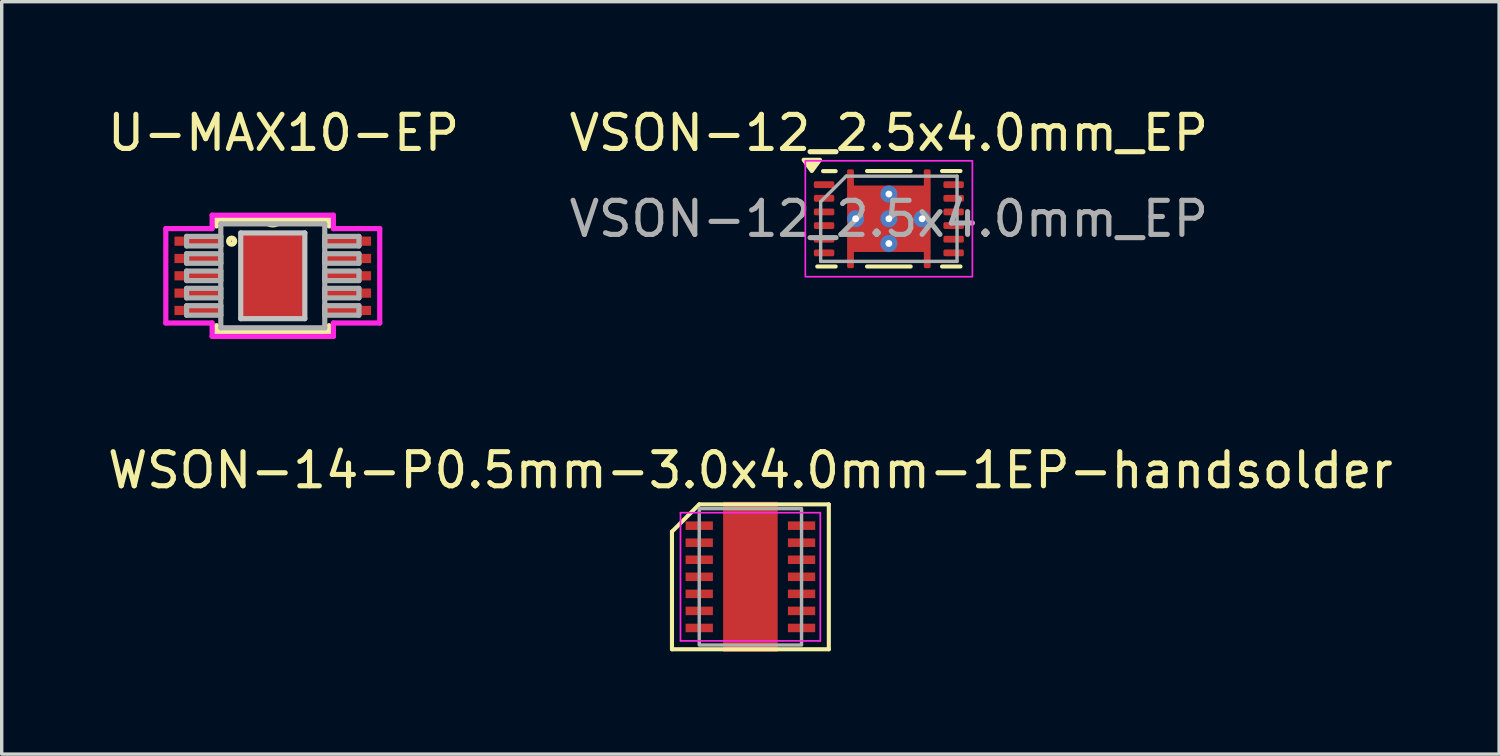
<source format=kicad_pcb>
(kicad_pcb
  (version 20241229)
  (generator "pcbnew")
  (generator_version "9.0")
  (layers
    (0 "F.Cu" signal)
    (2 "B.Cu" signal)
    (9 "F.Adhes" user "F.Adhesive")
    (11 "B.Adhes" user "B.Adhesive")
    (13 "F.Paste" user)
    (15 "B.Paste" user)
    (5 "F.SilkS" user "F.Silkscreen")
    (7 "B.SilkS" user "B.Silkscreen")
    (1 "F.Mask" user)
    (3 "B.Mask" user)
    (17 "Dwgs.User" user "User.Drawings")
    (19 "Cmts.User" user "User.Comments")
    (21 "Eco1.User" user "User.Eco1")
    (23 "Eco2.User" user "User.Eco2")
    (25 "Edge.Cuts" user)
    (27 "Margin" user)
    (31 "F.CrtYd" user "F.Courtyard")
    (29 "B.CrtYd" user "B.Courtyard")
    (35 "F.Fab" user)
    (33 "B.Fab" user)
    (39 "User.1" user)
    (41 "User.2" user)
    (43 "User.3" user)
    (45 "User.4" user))
  (footprint "U-MAX10-EP"
    (layer "F.Cu")
    (at 4.95 5.039)
    (property "Reference" "U-MAX10-EP" (at 0.318 -4.191 0) (layer "F.SilkS") (effects (font (size 1 1) (thickness 0.15))))
    (attr smd)
    (fp_line (start -1.651 -1.651) (end -1.651 -1.463) (stroke (width 0.152) (type solid)) (layer "F.SilkS"))
    (fp_line (start -1.651 1.463) (end -1.651 1.651) (stroke (width 0.152) (type solid)) (layer "F.SilkS"))
    (fp_line (start -1.651 1.651) (end 1.651 1.651) (stroke (width 0.152) (type solid)) (layer "F.SilkS"))
    (fp_line (start 1.651 -1.651) (end -1.651 -1.651) (stroke (width 0.152) (type solid)) (layer "F.SilkS"))
    (fp_line (start 1.651 -1.463) (end 1.651 -1.651) (stroke (width 0.152) (type solid)) (layer "F.SilkS"))
    (fp_line (start 1.651 1.651) (end 1.651 1.463) (stroke (width 0.152) (type solid)) (layer "F.SilkS"))
    (fp_arc (start 0.254 -1.651) (mid 0 -1.494019) (end -0.254 -1.651) (stroke (width 0.1524) (type solid)) (layer "F.SilkS"))
    (fp_circle (center -1.206 -1.016) (end -1.143 -0.953) (stroke (width 0.152) (type solid)) (fill no) (layer "F.SilkS"))
    (fp_line (start -0.94 -1.257) (end -0.94 1.257) (stroke (width 0.152) (type solid)) (layer "Dwgs.User"))
    (fp_line (start -0.94 1.257) (end 0.94 1.257) (stroke (width 0.152) (type solid)) (layer "Dwgs.User"))
    (fp_line (start 0.94 -1.257) (end -0.94 -1.257) (stroke (width 0.152) (type solid)) (layer "Dwgs.User"))
    (fp_line (start 0.94 1.257) (end 0.94 -1.257) (stroke (width 0.152) (type solid)) (layer "Dwgs.User"))
    (fp_line (start -3.137 -1.384) (end -1.778 -1.384) (stroke (width 0.152) (type solid)) (layer "F.CrtYd"))
    (fp_line (start -3.137 1.384) (end -3.137 -1.384) (stroke (width 0.152) (type solid)) (layer "F.CrtYd"))
    (fp_line (start -1.778 -1.778) (end 1.778 -1.778) (stroke (width 0.152) (type solid)) (layer "F.CrtYd"))
    (fp_line (start -1.778 -1.384) (end -1.778 -1.778) (stroke (width 0.152) (type solid)) (layer "F.CrtYd"))
    (fp_line (start -1.778 1.384) (end -3.137 1.384) (stroke (width 0.152) (type solid)) (layer "F.CrtYd"))
    (fp_line (start -1.778 1.778) (end -1.778 1.384) (stroke (width 0.152) (type solid)) (layer "F.CrtYd"))
    (fp_line (start 1.778 -1.778) (end 1.778 -1.384) (stroke (width 0.152) (type solid)) (layer "F.CrtYd"))
    (fp_line (start 1.778 -1.384) (end 3.137 -1.384) (stroke (width 0.152) (type solid)) (layer "F.CrtYd"))
    (fp_line (start 1.778 1.384) (end 1.778 1.778) (stroke (width 0.152) (type solid)) (layer "F.CrtYd"))
    (fp_line (start 1.778 1.778) (end -1.778 1.778) (stroke (width 0.152) (type solid)) (layer "F.CrtYd"))
    (fp_line (start 3.137 -1.384) (end 3.137 1.384) (stroke (width 0.152) (type solid)) (layer "F.CrtYd"))
    (fp_line (start 3.137 1.384) (end 1.778 1.384) (stroke (width 0.152) (type solid)) (layer "F.CrtYd"))
    (fp_line (start -2.527 -1.156) (end -2.527 -0.876) (stroke (width 0.152) (type solid)) (layer "F.Fab"))
    (fp_line (start -2.527 -0.876) (end -1.524 -0.876) (stroke (width 0.152) (type solid)) (layer "F.Fab"))
    (fp_line (start -2.527 -0.648) (end -2.527 -0.368) (stroke (width 0.152) (type solid)) (layer "F.Fab"))
    (fp_line (start -2.527 -0.368) (end -1.524 -0.368) (stroke (width 0.152) (type solid)) (layer "F.Fab"))
    (fp_line (start -2.527 -0.14) (end -2.527 0.14) (stroke (width 0.152) (type solid)) (layer "F.Fab"))
    (fp_line (start -2.527 0.14) (end -1.524 0.14) (stroke (width 0.152) (type solid)) (layer "F.Fab"))
    (fp_line (start -2.527 0.368) (end -2.527 0.648) (stroke (width 0.152) (type solid)) (layer "F.Fab"))
    (fp_line (start -2.527 0.648) (end -1.524 0.648) (stroke (width 0.152) (type solid)) (layer "F.Fab"))
    (fp_line (start -2.527 0.876) (end -2.527 1.156) (stroke (width 0.152) (type solid)) (layer "F.Fab"))
    (fp_line (start -2.527 1.156) (end -1.524 1.156) (stroke (width 0.152) (type solid)) (layer "F.Fab"))
    (fp_line (start -1.524 -1.524) (end -1.524 1.524) (stroke (width 0.152) (type solid)) (layer "F.Fab"))
    (fp_line (start -1.524 -1.156) (end -2.527 -1.156) (stroke (width 0.152) (type solid)) (layer "F.Fab"))
    (fp_line (start -1.524 -0.876) (end -1.524 -1.156) (stroke (width 0.152) (type solid)) (layer "F.Fab"))
    (fp_line (start -1.524 -0.648) (end -2.527 -0.648) (stroke (width 0.152) (type solid)) (layer "F.Fab"))
    (fp_line (start -1.524 -0.368) (end -1.524 -0.648) (stroke (width 0.152) (type solid)) (layer "F.Fab"))
    (fp_line (start -1.524 -0.14) (end -2.527 -0.14) (stroke (width 0.152) (type solid)) (layer "F.Fab"))
    (fp_line (start -1.524 0.14) (end -1.524 -0.14) (stroke (width 0.152) (type solid)) (layer "F.Fab"))
    (fp_line (start -1.524 0.368) (end -2.527 0.368) (stroke (width 0.152) (type solid)) (layer "F.Fab"))
    (fp_line (start -1.524 0.648) (end -1.524 0.368) (stroke (width 0.152) (type solid)) (layer "F.Fab"))
    (fp_line (start -1.524 0.876) (end -2.527 0.876) (stroke (width 0.152) (type solid)) (layer "F.Fab"))
    (fp_line (start -1.524 1.156) (end -1.524 0.876) (stroke (width 0.152) (type solid)) (layer "F.Fab"))
    (fp_line (start -1.524 1.524) (end 1.524 1.524) (stroke (width 0.152) (type solid)) (layer "F.Fab"))
    (fp_line (start 1.524 -1.524) (end -1.524 -1.524) (stroke (width 0.152) (type solid)) (layer "F.Fab"))
    (fp_line (start 1.524 -1.156) (end 1.524 -0.876) (stroke (width 0.152) (type solid)) (layer "F.Fab"))
    (fp_line (start 1.524 -0.876) (end 2.527 -0.876) (stroke (width 0.152) (type solid)) (layer "F.Fab"))
    (fp_line (start 1.524 -0.648) (end 1.524 -0.368) (stroke (width 0.152) (type solid)) (layer "F.Fab"))
    (fp_line (start 1.524 -0.368) (end 2.527 -0.368) (stroke (width 0.152) (type solid)) (layer "F.Fab"))
    (fp_line (start 1.524 -0.14) (end 1.524 0.14) (stroke (width 0.152) (type solid)) (layer "F.Fab"))
    (fp_line (start 1.524 0.14) (end 2.527 0.14) (stroke (width 0.152) (type solid)) (layer "F.Fab"))
    (fp_line (start 1.524 0.368) (end 1.524 0.648) (stroke (width 0.152) (type solid)) (layer "F.Fab"))
    (fp_line (start 1.524 0.648) (end 2.527 0.648) (stroke (width 0.152) (type solid)) (layer "F.Fab"))
    (fp_line (start 1.524 0.876) (end 1.524 1.156) (stroke (width 0.152) (type solid)) (layer "F.Fab"))
    (fp_line (start 1.524 1.156) (end 2.527 1.156) (stroke (width 0.152) (type solid)) (layer "F.Fab"))
    (fp_line (start 1.524 1.524) (end 1.524 -1.524) (stroke (width 0.152) (type solid)) (layer "F.Fab"))
    (fp_line (start 2.527 -1.156) (end 1.524 -1.156) (stroke (width 0.152) (type solid)) (layer "F.Fab"))
    (fp_line (start 2.527 -0.876) (end 2.527 -1.156) (stroke (width 0.152) (type solid)) (layer "F.Fab"))
    (fp_line (start 2.527 -0.648) (end 1.524 -0.648) (stroke (width 0.152) (type solid)) (layer "F.Fab"))
    (fp_line (start 2.527 -0.368) (end 2.527 -0.648) (stroke (width 0.152) (type solid)) (layer "F.Fab"))
    (fp_line (start 2.527 -0.14) (end 1.524 -0.14) (stroke (width 0.152) (type solid)) (layer "F.Fab"))
    (fp_line (start 2.527 0.14) (end 2.527 -0.14) (stroke (width 0.152) (type solid)) (layer "F.Fab"))
    (fp_line (start 2.527 0.368) (end 1.524 0.368) (stroke (width 0.152) (type solid)) (layer "F.Fab"))
    (fp_line (start 2.527 0.648) (end 2.527 0.368) (stroke (width 0.152) (type solid)) (layer "F.Fab"))
    (fp_line (start 2.527 0.876) (end 1.524 0.876) (stroke (width 0.152) (type solid)) (layer "F.Fab"))
    (fp_line (start 2.527 1.156) (end 2.527 0.876) (stroke (width 0.152) (type solid)) (layer "F.Fab"))
    (pad "1" smd rect (at -2.172 -1.016) (size 1.422 0.27) (layers "F.Cu" "F.Mask" "F.Paste"))
    (pad "2" smd rect (at -2.172 -0.508) (size 1.422 0.27) (layers "F.Cu" "F.Mask" "F.Paste"))
    (pad "3" smd rect (at -2.172 0) (size 1.422 0.27) (layers "F.Cu" "F.Mask" "F.Paste"))
    (pad "4" smd rect (at -2.172 0.508) (size 1.422 0.27) (layers "F.Cu" "F.Mask" "F.Paste"))
    (pad "5" smd rect (at -2.172 1.016) (size 1.422 0.27) (layers "F.Cu" "F.Mask" "F.Paste"))
    (pad "6" smd rect (at 2.172 1.016) (size 1.422 0.27) (layers "F.Cu" "F.Mask" "F.Paste"))
    (pad "7" smd rect (at 2.172 0.508) (size 1.422 0.27) (layers "F.Cu" "F.Mask" "F.Paste"))
    (pad "8" smd rect (at 2.172 0) (size 1.422 0.27) (layers "F.Cu" "F.Mask" "F.Paste"))
    (pad "9" smd rect (at 2.172 -0.508) (size 1.422 0.27) (layers "F.Cu" "F.Mask" "F.Paste"))
    (pad "10" smd rect (at 2.172 -1.016) (size 1.422 0.27) (layers "F.Cu" "F.Mask" "F.Paste"))
    (pad "11" smd rect (at 0 0) (size 1.88 2.47) (layers "F.Cu" "F.Mask" "F.Paste")))
  (footprint "VSON-12_2.5x4.0mm_EP"
    (layer "F.Cu")
    (at 23.019 3.366)
    (property "Reference" "VSON-12_2.5x4.0mm_EP" (at -0.001 -2.517 0) (layer "F.SilkS") (effects (font (size 1 1) (thickness 0.15))))
    (attr smd)
    (fp_line (start -1.56 -1.397) (end -1.93 -1.397) (stroke (width 0.12) (type solid)) (layer "F.SilkS"))
    (fp_line (start -1.56 1.4) (end -2.1 1.4) (stroke (width 0.12) (type solid)) (layer "F.SilkS"))
    (fp_line (start 0.64 -1.4) (end -0.64 -1.4) (stroke (width 0.12) (type solid)) (layer "F.SilkS"))
    (fp_line (start 0.64 1.4) (end -0.64 1.4) (stroke (width 0.12) (type solid)) (layer "F.SilkS"))
    (fp_line (start 1.56 -1.4) (end 2.1 -1.4) (stroke (width 0.12) (type solid)) (layer "F.SilkS"))
    (fp_line (start 1.56 1.4) (end 2.1 1.4) (stroke (width 0.12) (type solid)) (layer "F.SilkS"))
    (fp_poly (pts (xy -2.26 -1.4) (xy -2.5 -1.73) (xy -2.02 -1.73) (xy -2.26 -1.4)) (stroke (width 0.12) (type solid)) (fill yes) (layer "F.SilkS"))
    (fp_rect (start -2.45 -1.7) (end 2.45 1.7) (stroke (width 0.05) (type default)) (fill no) (layer "F.CrtYd"))
    (fp_line (start -2 -0.5) (end -2 1.25) (stroke (width 0.1) (type solid)) (layer "F.Fab"))
    (fp_line (start -2 -0.5) (end -1.25 -1.25) (stroke (width 0.1) (type solid)) (layer "F.Fab"))
    (fp_line (start -2 1.25) (end 2 1.25) (stroke (width 0.1) (type solid)) (layer "F.Fab"))
    (fp_line (start -1.25 -1.25) (end 2 -1.25) (stroke (width 0.1) (type solid)) (layer "F.Fab"))
    (fp_line (start 2 1.25) (end 2 -1.25) (stroke (width 0.1) (type solid)) (layer "F.Fab"))
    (fp_text user "${REFERENCE}" (at -0.001 0.003 0) (layer "F.Fab") (effects (font (size 1 1) (thickness 0.15))))
    (pad "" smd roundrect (at -1.125 -1.262) (size 0.2 0.375) (layers "F.Paste") (roundrect_rratio 0.25))
    (pad "" smd roundrect (at -1.125 1.262) (size 0.2 0.375) (layers "F.Paste") (roundrect_rratio 0.25))
    (pad "" smd roundrect (at -0.64 0) (size 1.08 1.75) (layers "F.Paste") (roundrect_rratio 0.25))
    (pad "" smd roundrect (at 0.64 0) (size 1.08 1.75) (layers "F.Paste") (roundrect_rratio 0.25))
    (pad "" smd roundrect (at 1.125 -1.262) (size 0.2 0.375) (layers "F.Paste") (roundrect_rratio 0.25))
    (pad "" smd roundrect (at 1.125 1.262) (size 0.2 0.375) (layers "F.Paste") (roundrect_rratio 0.25))
    (pad "1" smd roundrect (at -1.9 -1) (size 0.6 0.2) (layers "F.Cu" "F.Mask" "F.Paste") (roundrect_rratio 0.25) (chamfer_ratio 0.2) (chamfer))
    (pad "2" smd roundrect (at -1.9 -0.6) (size 0.6 0.2) (layers "F.Cu" "F.Mask" "F.Paste") (roundrect_rratio 0.25) (chamfer_ratio 0.2) (chamfer))
    (pad "3" smd roundrect (at -1.9 -0.2) (size 0.6 0.2) (layers "F.Cu" "F.Mask" "F.Paste") (roundrect_rratio 0.25) (chamfer_ratio 0.2) (chamfer))
    (pad "4" smd roundrect (at -1.9 0.2) (size 0.6 0.2) (layers "F.Cu" "F.Mask" "F.Paste") (roundrect_rratio 0.25) (chamfer_ratio 0.2) (chamfer))
    (pad "5" smd roundrect (at -1.9 0.6) (size 0.6 0.2) (layers "F.Cu" "F.Mask" "F.Paste") (roundrect_rratio 0.25) (chamfer_ratio 0.2) (chamfer))
    (pad "6" smd roundrect (at -1.9 1) (size 0.6 0.2) (layers "F.Cu" "F.Mask" "F.Paste") (roundrect_rratio 0.25) (chamfer_ratio 0.2) (chamfer))
    (pad "7" smd roundrect (at 1.9 1) (size 0.6 0.2) (layers "F.Cu" "F.Mask" "F.Paste") (roundrect_rratio 0.25) (chamfer_ratio 0.2) (chamfer))
    (pad "8" smd roundrect (at 1.9 0.6) (size 0.6 0.2) (layers "F.Cu" "F.Mask" "F.Paste") (roundrect_rratio 0.25) (chamfer_ratio 0.2) (chamfer))
    (pad "9" smd roundrect (at 1.9 0.2) (size 0.6 0.2) (layers "F.Cu" "F.Mask" "F.Paste") (roundrect_rratio 0.25) (chamfer_ratio 0.2) (chamfer))
    (pad "10" smd roundrect (at 1.9 -0.2) (size 0.6 0.2) (layers "F.Cu" "F.Mask" "F.Paste") (roundrect_rratio 0.25) (chamfer_ratio 0.2) (chamfer))
    (pad "11" smd roundrect (at 1.9 -0.6) (size 0.6 0.2) (layers "F.Cu" "F.Mask" "F.Paste") (roundrect_rratio 0.25) (chamfer_ratio 0.2) (chamfer))
    (pad "12" smd roundrect (at 1.9 -1) (size 0.6 0.2) (layers "F.Cu" "F.Mask" "F.Paste") (roundrect_rratio 0.25) (chamfer_ratio 0.2) (chamfer))
    (pad "13" smd roundrect (at -1.125 -1.188 270) (size 0.525 0.2) (layers "F.Cu" "F.Mask") (roundrect_rratio 0.25))
    (pad "13" smd roundrect (at -1.125 1.188 270) (size 0.525 0.2) (layers "F.Cu" "F.Mask") (roundrect_rratio 0.25))
    (pad "13" thru_hole circle (at -0.975 0) (size 0.5 0.5) (drill 0.2) (property pad_prop_heatsink) (layers "*.Cu"))
    (pad "13" thru_hole circle (at 0 -0.725) (size 0.5 0.5) (drill 0.2) (property pad_prop_heatsink) (layers "*.Cu"))
    (pad "13" thru_hole circle (at 0 0) (size 0.5 0.5) (drill 0.2) (property pad_prop_heatsink) (layers "*.Cu"))
    (pad "13" smd rect (at 0 0 270) (size 1.95 2.45) (layers "F.Cu" "F.Mask"))
    (pad "13" thru_hole circle (at 0 0.725) (size 0.5 0.5) (drill 0.2) (property pad_prop_heatsink) (layers "*.Cu"))
    (pad "13" thru_hole circle (at 0.975 0) (size 0.5 0.5) (drill 0.2) (property pad_prop_heatsink) (layers "*.Cu"))
    (pad "13" smd roundrect (at 1.125 -1.188 270) (size 0.525 0.2) (layers "F.Cu" "F.Mask") (roundrect_rratio 0.25))
    (pad "13" smd roundrect (at 1.125 1.188 270) (size 0.525 0.2) (layers "F.Cu" "F.Mask") (roundrect_rratio 0.25)))
  (footprint "WSON-14-P0.5mm-3.0x4.0mm-1EP-handsolder"
    (layer "F.Cu")
    (at 18.958 13.867)
    (property "Reference" "WSON-14-P0.5mm-3.0x4.0mm-1EP-handsolder" (at 0 -3.125 0) (layer "F.SilkS") (effects (font (size 1 1) (thickness 0.15))))
    (attr smd)
    (fp_line (start -2.3 -1.325) (end -1.5 -2.125) (stroke (width 0.12) (type default)) (layer "F.SilkS"))
    (fp_line (start -2.3 2.125) (end -2.3 -1.325) (stroke (width 0.12) (type default)) (layer "F.SilkS"))
    (fp_line (start -1.5 -2.125) (end 2.3 -2.125) (stroke (width 0.12) (type default)) (layer "F.SilkS"))
    (fp_line (start 2.3 -2.125) (end 2.3 2.125) (stroke (width 0.12) (type default)) (layer "F.SilkS"))
    (fp_line (start 2.3 2.125) (end -2.3 2.125) (stroke (width 0.12) (type default)) (layer "F.SilkS"))
    (fp_line (start -2.05 -1.88) (end 2.05 -1.88) (stroke (width 0.05) (type default)) (layer "F.CrtYd"))
    (fp_line (start -2.05 1.88) (end -2.05 -1.88) (stroke (width 0.05) (type default)) (layer "F.CrtYd"))
    (fp_line (start 2.05 -1.88) (end 2.05 1.88) (stroke (width 0.05) (type default)) (layer "F.CrtYd"))
    (fp_line (start 2.05 1.88) (end -2.05 1.88) (stroke (width 0.05) (type default)) (layer "F.CrtYd"))
    (fp_rect (start -1.5 -2) (end 1.5 2) (stroke (width 0.1) (type solid)) (fill no) (layer "F.Fab"))
    (pad "1" smd rect (at -1.5 -1.5 270) (size 0.25 0.8) (layers "F.Cu" "F.Mask" "F.Paste"))
    (pad "2" smd rect (at -1.5 -1 270) (size 0.25 0.8) (layers "F.Cu" "F.Mask" "F.Paste"))
    (pad "3" smd rect (at -1.5 -0.5 270) (size 0.25 0.8) (layers "F.Cu" "F.Mask" "F.Paste"))
    (pad "4" smd rect (at -1.5 0 270) (size 0.25 0.8) (layers "F.Cu" "F.Mask" "F.Paste"))
    (pad "5" smd rect (at -1.5 0.5 270) (size 0.25 0.8) (layers "F.Cu" "F.Mask" "F.Paste"))
    (pad "6" smd rect (at -1.5 1 270) (size 0.25 0.8) (layers "F.Cu" "F.Mask" "F.Paste"))
    (pad "7" smd rect (at -1.5 1.5 270) (size 0.25 0.8) (layers "F.Cu" "F.Mask" "F.Paste"))
    (pad "8" smd rect (at 1.5 1.5 270) (size 0.25 0.8) (layers "F.Cu" "F.Mask" "F.Paste"))
    (pad "9" smd rect (at 1.5 1 270) (size 0.25 0.8) (layers "F.Cu" "F.Mask" "F.Paste"))
    (pad "10" smd rect (at 1.5 0.5 270) (size 0.25 0.8) (layers "F.Cu" "F.Mask" "F.Paste"))
    (pad "11" smd rect (at 1.5 0 270) (size 0.25 0.8) (layers "F.Cu" "F.Mask" "F.Paste"))
    (pad "12" smd rect (at 1.5 -0.5 270) (size 0.25 0.8) (layers "F.Cu" "F.Mask" "F.Paste"))
    (pad "13" smd rect (at 1.5 -1 270) (size 0.25 0.8) (layers "F.Cu" "F.Mask" "F.Paste"))
    (pad "14" smd rect (at 1.5 -1.5 270) (size 0.25 0.8) (layers "F.Cu" "F.Mask" "F.Paste"))
    (pad "15" smd rect (at 0 0) (size 1.6 4.4) (layers "F.Cu" "F.Mask" "F.Paste")))
  (gr_rect
    (start -3 -3)
    (end 40.917 19.067)
    (stroke (width 0.1) (type default))
    (fill no)
    (layer "Edge.Cuts")))
</source>
